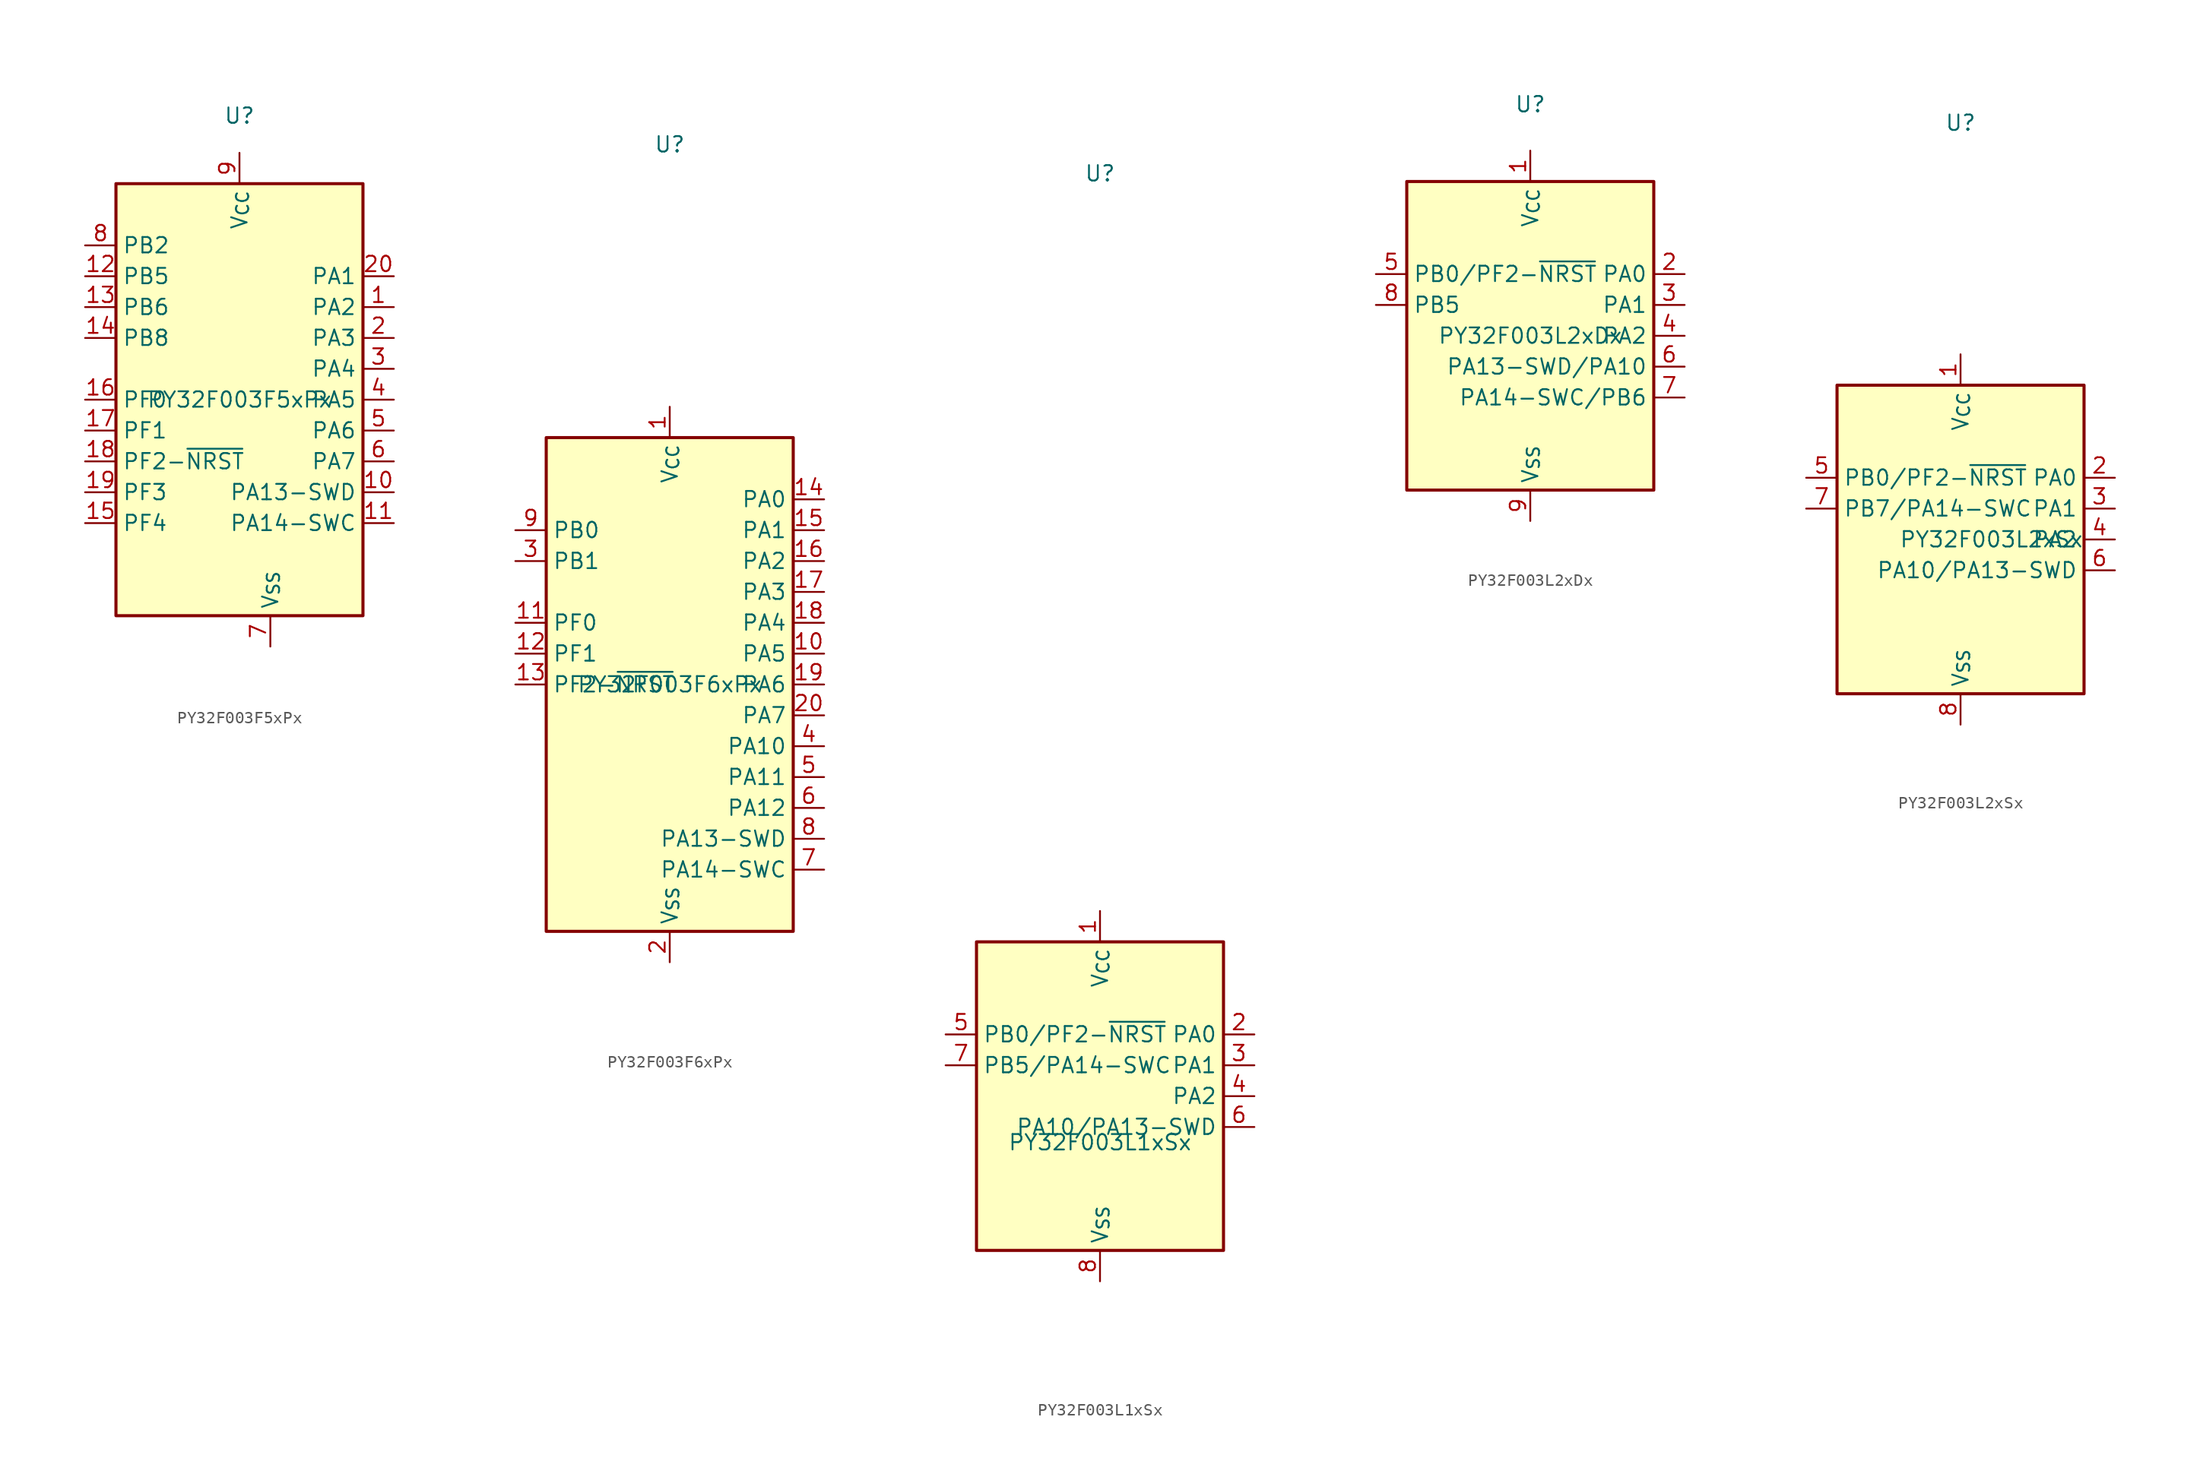
<source format=kicad_sym>
(kicad_symbol_lib
  (version 20231120)
  (generator "kicad_symbol_editor")
  (generator_version "8.0")
  (symbol "PY32F003F5xPx"
    (property "Reference" "U"
      (at 0 23.368 0)
      (effects (font (size 1.27 1.27))))
    (property "Value" "PY32F003F5xPx"
      (at 0 0 0)
      (effects (font (size 1.27 1.27))))
    (symbol "PY32F003F5xPx_1_0"
      (pin bidirectional line (at -12.7 -10.16 0) (length 2.54) (name "PF4" (effects (font (size 1.27 1.27)))) (number "15" (effects (font (size 1.27 1.27))))))
    (symbol "PY32F003F5xPx_1_1"
      (rectangle (start -10.16 17.78) (end 10.16 -17.78) (stroke (width 0.254) (type default)) (fill (type background)))
      (pin bidirectional line (at 12.7 7.62 180) (length 2.54) (name "PA2" (effects (font (size 1.27 1.27)))) (number "1" (effects (font (size 1.27 1.27)))))
      (pin bidirectional line (at 12.7 -7.62 180) (length 2.54) (name "PA13-SWD" (effects (font (size 1.27 1.27)))) (number "10" (effects (font (size 1.27 1.27)))))
      (pin bidirectional line (at 12.7 -10.16 180) (length 2.54) (name "PA14-SWC" (effects (font (size 1.27 1.27)))) (number "11" (effects (font (size 1.27 1.27)))))
      (pin bidirectional line (at -12.7 10.16 0) (length 2.54) (name "PB5" (effects (font (size 1.27 1.27)))) (number "12" (effects (font (size 1.27 1.27)))))
      (pin bidirectional line (at -12.7 7.62 0) (length 2.54) (name "PB6" (effects (font (size 1.27 1.27)))) (number "13" (effects (font (size 1.27 1.27)))))
      (pin bidirectional line (at -12.7 5.08 0) (length 2.54) (name "PB8" (effects (font (size 1.27 1.27)))) (number "14" (effects (font (size 1.27 1.27)))))
      (pin bidirectional line (at -12.7 0 0) (length 2.54) (name "PF0" (effects (font (size 1.27 1.27)))) (number "16" (effects (font (size 1.27 1.27)))))
      (pin bidirectional line (at -12.7 -2.54 0) (length 2.54) (name "PF1" (effects (font (size 1.27 1.27)))) (number "17" (effects (font (size 1.27 1.27)))))
      (pin bidirectional line (at -12.7 -5.08 0) (length 2.54) (name "PF2-~{NRST}" (effects (font (size 1.27 1.27)))) (number "18" (effects (font (size 1.27 1.27)))))
      (pin bidirectional line (at -12.7 -7.62 0) (length 2.54) (name "PF3" (effects (font (size 1.27 1.27)))) (number "19" (effects (font (size 1.27 1.27)))))
      (pin bidirectional line (at 12.7 5.08 180) (length 2.54) (name "PA3" (effects (font (size 1.27 1.27)))) (number "2" (effects (font (size 1.27 1.27)))))
      (pin bidirectional line (at 12.7 10.16 180) (length 2.54) (name "PA1" (effects (font (size 1.27 1.27)))) (number "20" (effects (font (size 1.27 1.27)))))
      (pin bidirectional line (at 12.7 2.54 180) (length 2.54) (name "PA4" (effects (font (size 1.27 1.27)))) (number "3" (effects (font (size 1.27 1.27)))))
      (pin bidirectional line (at 12.7 0 180) (length 2.54) (name "PA5" (effects (font (size 1.27 1.27)))) (number "4" (effects (font (size 1.27 1.27)))))
      (pin bidirectional line (at 12.7 -2.54 180) (length 2.54) (name "PA6" (effects (font (size 1.27 1.27)))) (number "5" (effects (font (size 1.27 1.27)))))
      (pin bidirectional line (at 12.7 -5.08 180) (length 2.54) (name "PA7" (effects (font (size 1.27 1.27)))) (number "6" (effects (font (size 1.27 1.27)))))
      (pin power_in line (at 2.54 -20.32 90) (length 2.54) (name "V_{SS}" (effects (font (size 1.27 1.27)))) (number "7" (effects (font (size 1.27 1.27)))))
      (pin bidirectional line (at -12.7 12.7 0) (length 2.54) (name "PB2" (effects (font (size 1.27 1.27)))) (number "8" (effects (font (size 1.27 1.27)))))
      (pin power_in line (at 0 20.32 270) (length 2.54) (name "V_{CC}" (effects (font (size 1.27 1.27)))) (number "9" (effects (font (size 1.27 1.27)))))))
  (symbol "PY32F003F6xPx"
    (property "Reference" "U"
      (at 0 44.45 0)
      (effects (font (size 1.27 1.27))))
    (property "Value" "PY32F003F6xPx"
      (at 0 0 0)
      (effects (font (size 1.27 1.27))))
    (symbol "PY32F003F6xPx_1_0"
      (pin bidirectional line (at 12.7 2.54 180) (length 2.54) (name "PA5" (effects (font (size 1.27 1.27)))) (number "10" (effects (font (size 1.27 1.27)))))
      (pin bidirectional line (at -12.7 5.08 0) (length 2.54) (name "PF0" (effects (font (size 1.27 1.27)))) (number "11" (effects (font (size 1.27 1.27)))))
      (pin bidirectional line (at -12.7 2.54 0) (length 2.54) (name "PF1" (effects (font (size 1.27 1.27)))) (number "12" (effects (font (size 1.27 1.27)))))
      (pin bidirectional line (at 12.7 15.24 180) (length 2.54) (name "PA0" (effects (font (size 1.27 1.27)))) (number "14" (effects (font (size 1.27 1.27)))))
      (pin bidirectional line (at 12.7 12.7 180) (length 2.54) (name "PA1" (effects (font (size 1.27 1.27)))) (number "15" (effects (font (size 1.27 1.27)))))
      (pin bidirectional line (at 12.7 10.16 180) (length 2.54) (name "PA2" (effects (font (size 1.27 1.27)))) (number "16" (effects (font (size 1.27 1.27)))))
      (pin bidirectional line (at 12.7 0 180) (length 2.54) (name "PA6" (effects (font (size 1.27 1.27)))) (number "19" (effects (font (size 1.27 1.27)))))
      (pin bidirectional line (at 12.7 -2.54 180) (length 2.54) (name "PA7" (effects (font (size 1.27 1.27)))) (number "20" (effects (font (size 1.27 1.27)))))
      (pin bidirectional line (at -12.7 10.16 0) (length 2.54) (name "PB1" (effects (font (size 1.27 1.27)))) (number "3" (effects (font (size 1.27 1.27)))))
      (pin bidirectional line (at 12.7 -5.08 180) (length 2.54) (name "PA10" (effects (font (size 1.27 1.27)))) (number "4" (effects (font (size 1.27 1.27)))))
      (pin bidirectional line (at 12.7 -7.62 180) (length 2.54) (name "PA11" (effects (font (size 1.27 1.27)))) (number "5" (effects (font (size 1.27 1.27)))))
      (pin bidirectional line (at 12.7 -10.16 180) (length 2.54) (name "PA12" (effects (font (size 1.27 1.27)))) (number "6" (effects (font (size 1.27 1.27)))))
      (pin bidirectional line (at -12.7 12.7 0) (length 2.54) (name "PB0" (effects (font (size 1.27 1.27)))) (number "9" (effects (font (size 1.27 1.27))))))
    (symbol "PY32F003F6xPx_1_1"
      (rectangle (start -10.16 20.32) (end 10.16 -20.32) (stroke (width 0.254) (type default)) (fill (type background)))
      (pin power_in line (at 0 22.86 270) (length 2.54) (name "V_{CC}" (effects (font (size 1.27 1.27)))) (number "1" (effects (font (size 1.27 1.27)))))
      (pin bidirectional line (at -12.7 0 0) (length 2.54) (name "PF2-~{NRST}" (effects (font (size 1.27 1.27)))) (number "13" (effects (font (size 1.27 1.27)))))
      (pin bidirectional line (at 12.7 7.62 180) (length 2.54) (name "PA3" (effects (font (size 1.27 1.27)))) (number "17" (effects (font (size 1.27 1.27)))))
      (pin bidirectional line (at 12.7 5.08 180) (length 2.54) (name "PA4" (effects (font (size 1.27 1.27)))) (number "18" (effects (font (size 1.27 1.27)))))
      (pin power_in line (at 0 -22.86 90) (length 2.54) (name "V_{SS}" (effects (font (size 1.27 1.27)))) (number "2" (effects (font (size 1.27 1.27)))))
      (pin bidirectional line (at 12.7 -15.24 180) (length 2.54) (name "PA14-SWC" (effects (font (size 1.27 1.27)))) (number "7" (effects (font (size 1.27 1.27)))))
      (pin bidirectional line (at 12.7 -12.7 180) (length 2.54) (name "PA13-SWD" (effects (font (size 1.27 1.27)))) (number "8" (effects (font (size 1.27 1.27)))))))
  (symbol "PY32F003L1xSx"
    (property "Reference" "U"
      (at 0 75.946 0)
      (effects (font (size 1.27 1.27))))
    (property "Value" "PY32F003L1xSx"
      (at 0 -3.81 0)
      (effects (font (size 1.27 1.27))))
    (symbol "PY32F003L1xSx_1_1"
      (rectangle (start -10.16 12.7) (end 10.16 -12.7) (stroke (width 0.254) (type default)) (fill (type background)))
      (pin power_in line (at 0 15.24 270) (length 2.54) (name "V_{CC}" (effects (font (size 1.27 1.27)))) (number "1" (effects (font (size 1.27 1.27)))))
      (pin bidirectional line (at 12.7 5.08 180) (length 2.54) (name "PA0" (effects (font (size 1.27 1.27)))) (number "2" (effects (font (size 1.27 1.27)))))
      (pin bidirectional line (at 12.7 2.54 180) (length 2.54) (name "PA1" (effects (font (size 1.27 1.27)))) (number "3" (effects (font (size 1.27 1.27)))))
      (pin bidirectional line (at 12.7 0 180) (length 2.54) (name "PA2" (effects (font (size 1.27 1.27)))) (number "4" (effects (font (size 1.27 1.27)))))
      (pin bidirectional line (at -12.7 5.08 0) (length 2.54) (name "PB0/PF2-~{NRST}" (effects (font (size 1.27 1.27)))) (number "5" (effects (font (size 1.27 1.27)))))
      (pin bidirectional line (at 12.7 -2.54 180) (length 2.54) (name "PA10/PA13-SWD" (effects (font (size 1.27 1.27)))) (number "6" (effects (font (size 1.27 1.27)))))
      (pin bidirectional line (at -12.7 2.54 0) (length 2.54) (name "PB5/PA14-SWC" (effects (font (size 1.27 1.27)))) (number "7" (effects (font (size 1.27 1.27)))))
      (pin power_in line (at 0 -15.24 90) (length 2.54) (name "V_{SS}" (effects (font (size 1.27 1.27)))) (number "8" (effects (font (size 1.27 1.27)))))))
  (symbol "PY32F003L2xDx"
    (property "Reference" "U"
      (at 0 19.05 0)
      (effects (font (size 1.27 1.27))))
    (property "Value" "PY32F003L2xDx"
      (at 0 0 0)
      (effects (font (size 1.27 1.27))))
    (symbol "PY32F003L2xDx_1_0"
      (pin bidirectional line (at -12.7 2.54 0) (length 2.54) (name "PB5" (effects (font (size 1.27 1.27)))) (number "8" (effects (font (size 1.27 1.27))))))
    (symbol "PY32F003L2xDx_1_1"
      (rectangle (start -10.16 12.7) (end 10.16 -12.7) (stroke (width 0.254) (type default)) (fill (type background)))
      (pin power_in line (at 0 15.24 270) (length 2.54) (name "V_{CC}" (effects (font (size 1.27 1.27)))) (number "1" (effects (font (size 1.27 1.27)))))
      (pin bidirectional line (at 12.7 5.08 180) (length 2.54) (name "PA0" (effects (font (size 1.27 1.27)))) (number "2" (effects (font (size 1.27 1.27)))))
      (pin bidirectional line (at 12.7 2.54 180) (length 2.54) (name "PA1" (effects (font (size 1.27 1.27)))) (number "3" (effects (font (size 1.27 1.27)))))
      (pin bidirectional line (at 12.7 0 180) (length 2.54) (name "PA2" (effects (font (size 1.27 1.27)))) (number "4" (effects (font (size 1.27 1.27)))))
      (pin bidirectional line (at -12.7 5.08 0) (length 2.54) (name "PB0/PF2-~{NRST}" (effects (font (size 1.27 1.27)))) (number "5" (effects (font (size 1.27 1.27)))))
      (pin bidirectional line (at 12.7 -2.54 180) (length 2.54) (name "PA13-SWD/PA10" (effects (font (size 1.27 1.27)))) (number "6" (effects (font (size 1.27 1.27)))))
      (pin bidirectional line (at 12.7 -5.08 180) (length 2.54) (name "PA14-SWC/PB6" (effects (font (size 1.27 1.27)))) (number "7" (effects (font (size 1.27 1.27)))))
      (pin power_in line (at 0 -15.24 90) (length 2.54) (name "V_{SS}" (effects (font (size 1.27 1.27)))) (number "9" (effects (font (size 1.27 1.27)))))))
  (symbol "PY32F003L2xSx"
    (property "Reference" "U"
      (at 0 34.29 0)
      (effects (font (size 1.27 1.27))))
    (property "Value" "PY32F003L2xSx"
      (at 2.54 0 0)
      (effects (font (size 1.27 1.27))))
    (symbol "PY32F003L2xSx_1_1"
      (rectangle (start -10.16 12.7) (end 10.16 -12.7) (stroke (width 0.254) (type default)) (fill (type background)))
      (pin power_in line (at 0 15.24 270) (length 2.54) (name "V_{CC}" (effects (font (size 1.27 1.27)))) (number "1" (effects (font (size 1.27 1.27)))))
      (pin bidirectional line (at 12.7 5.08 180) (length 2.54) (name "PA0" (effects (font (size 1.27 1.27)))) (number "2" (effects (font (size 1.27 1.27)))))
      (pin bidirectional line (at 12.7 2.54 180) (length 2.54) (name "PA1" (effects (font (size 1.27 1.27)))) (number "3" (effects (font (size 1.27 1.27)))))
      (pin bidirectional line (at 12.7 0 180) (length 2.54) (name "PA2" (effects (font (size 1.27 1.27)))) (number "4" (effects (font (size 1.27 1.27)))))
      (pin bidirectional line (at -12.7 5.08 0) (length 2.54) (name "PB0/PF2-~{NRST}" (effects (font (size 1.27 1.27)))) (number "5" (effects (font (size 1.27 1.27)))))
      (pin bidirectional line (at 12.7 -2.54 180) (length 2.54) (name "PA10/PA13-SWD" (effects (font (size 1.27 1.27)))) (number "6" (effects (font (size 1.27 1.27)))))
      (pin bidirectional line (at -12.7 2.54 0) (length 2.54) (name "PB7/PA14-SWC" (effects (font (size 1.27 1.27)))) (number "7" (effects (font (size 1.27 1.27)))))
      (pin power_in line (at 0 -15.24 90) (length 2.54) (name "V_{SS}" (effects (font (size 1.27 1.27)))) (number "8" (effects (font (size 1.27 1.27))))))))
</source>
